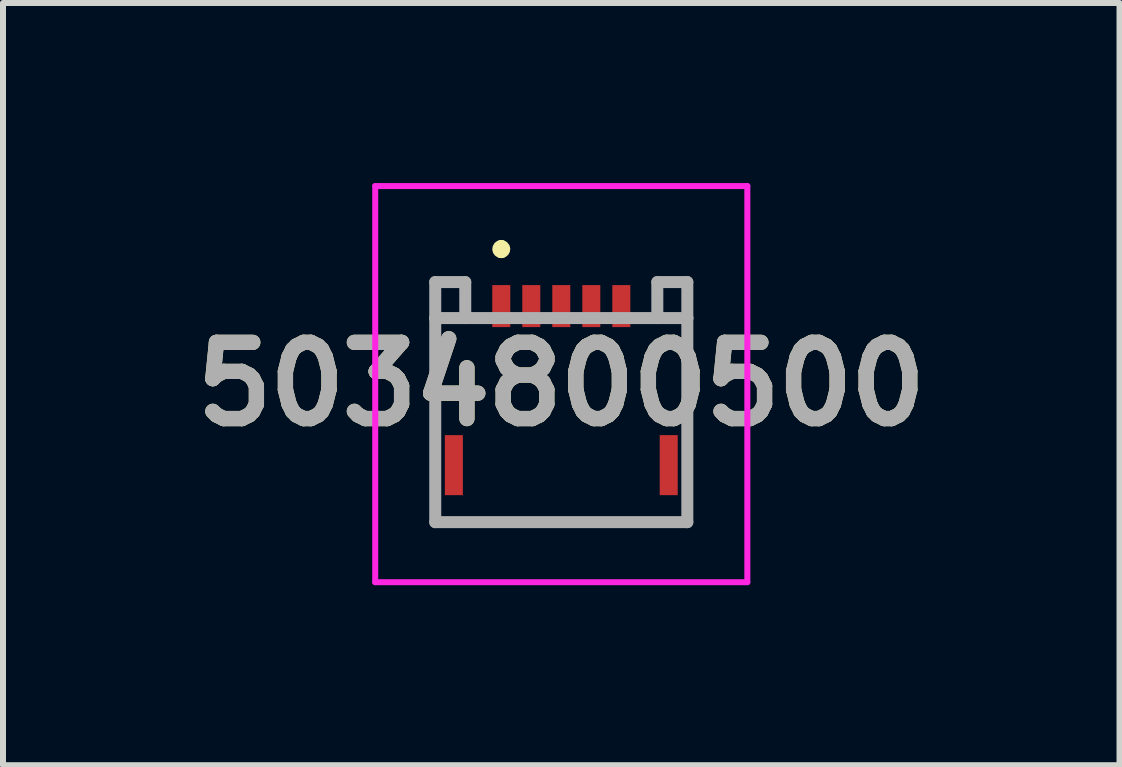
<source format=kicad_pcb>
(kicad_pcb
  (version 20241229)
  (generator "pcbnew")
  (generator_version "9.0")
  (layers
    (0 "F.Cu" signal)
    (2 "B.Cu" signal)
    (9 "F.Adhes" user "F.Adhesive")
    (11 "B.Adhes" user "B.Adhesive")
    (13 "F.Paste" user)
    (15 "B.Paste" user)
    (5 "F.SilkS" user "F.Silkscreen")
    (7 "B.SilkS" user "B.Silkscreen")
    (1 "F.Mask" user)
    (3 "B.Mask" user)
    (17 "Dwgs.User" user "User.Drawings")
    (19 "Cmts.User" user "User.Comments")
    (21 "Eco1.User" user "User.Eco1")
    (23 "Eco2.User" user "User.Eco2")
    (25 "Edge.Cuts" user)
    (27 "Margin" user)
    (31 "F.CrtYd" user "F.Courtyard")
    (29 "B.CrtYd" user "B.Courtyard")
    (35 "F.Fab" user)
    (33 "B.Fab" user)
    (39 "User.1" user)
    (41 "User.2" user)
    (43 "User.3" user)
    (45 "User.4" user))
  (footprint "5034800500"
    (layer "F.Cu")
    (at 6.302 3.65)
    (property "Reference" "5034800500" (at 0 -0.3 0) (layer "F.SilkS") (effects (font (size 1.27 1.27) (thickness 0.254))))
    (attr smd)
    (fp_line (start -2.1 -1.4) (end -2.1 2) (stroke (width 0.1) (type solid)) (layer "F.SilkS"))
    (fp_line (start -2.1 2) (end 2.1 2) (stroke (width 0.1) (type solid)) (layer "F.SilkS"))
    (fp_line (start -1 -2.6) (end -1 -2.6) (stroke (width 0.2) (type solid)) (layer "F.SilkS"))
    (fp_line (start -1 -2.5) (end -1 -2.5) (stroke (width 0.2) (type solid)) (layer "F.SilkS"))
    (fp_line (start 2.1 2) (end 2.1 -1.4) (stroke (width 0.1) (type solid)) (layer "F.SilkS"))
    (fp_arc (start -1 -2.6) (mid -0.95 -2.55) (end -1 -2.5) (stroke (width 0.2) (type solid)) (layer "F.SilkS"))
    (fp_arc (start -1 -2.5) (mid -1.05 -2.55) (end -1 -2.6) (stroke (width 0.2) (type solid)) (layer "F.SilkS"))
    (fp_line (start -3.1 -3.6) (end 3.1 -3.6) (stroke (width 0.1) (type solid)) (layer "F.CrtYd"))
    (fp_line (start -3.1 3) (end -3.1 -3.6) (stroke (width 0.1) (type solid)) (layer "F.CrtYd"))
    (fp_line (start 3.1 -3.6) (end 3.1 3) (stroke (width 0.1) (type solid)) (layer "F.CrtYd"))
    (fp_line (start 3.1 3) (end -3.1 3) (stroke (width 0.1) (type solid)) (layer "F.CrtYd"))
    (fp_line (start -2.1 -2) (end -1.6 -2) (stroke (width 0.2) (type solid)) (layer "F.Fab"))
    (fp_line (start -2.1 -1.4) (end -2.1 -2) (stroke (width 0.2) (type solid)) (layer "F.Fab"))
    (fp_line (start -2.1 -1.4) (end 2.1 -1.4) (stroke (width 0.2) (type solid)) (layer "F.Fab"))
    (fp_line (start -2.1 2) (end -2.1 -1.4) (stroke (width 0.2) (type solid)) (layer "F.Fab"))
    (fp_line (start -1.6 -2) (end -1.6 -1.4) (stroke (width 0.2) (type solid)) (layer "F.Fab"))
    (fp_line (start 1.6 -2) (end 1.6 -1.4) (stroke (width 0.2) (type solid)) (layer "F.Fab"))
    (fp_line (start 2.1 -2) (end 1.6 -2) (stroke (width 0.2) (type solid)) (layer "F.Fab"))
    (fp_line (start 2.1 -1.4) (end 2.1 -2) (stroke (width 0.2) (type solid)) (layer "F.Fab"))
    (fp_line (start 2.1 -1.4) (end 2.1 2) (stroke (width 0.2) (type solid)) (layer "F.Fab"))
    (fp_line (start 2.1 2) (end -2.1 2) (stroke (width 0.2) (type solid)) (layer "F.Fab"))
    (fp_text user "${REFERENCE}" (at 0 -0.3 0) (layer "F.Fab") (effects (font (size 1.27 1.27) (thickness 0.254))))
    (pad "1" smd rect (at -1 -1.6) (size 0.3 0.7) (layers "F.Cu" "F.Mask" "F.Paste"))
    (pad "2" smd rect (at -0.5 -1.6) (size 0.3 0.7) (layers "F.Cu" "F.Mask" "F.Paste"))
    (pad "3" smd rect (at 0 -1.6) (size 0.3 0.7) (layers "F.Cu" "F.Mask" "F.Paste"))
    (pad "4" smd rect (at 0.5 -1.6) (size 0.3 0.7) (layers "F.Cu" "F.Mask" "F.Paste"))
    (pad "5" smd rect (at 1 -1.6) (size 0.3 0.7) (layers "F.Cu" "F.Mask" "F.Paste"))
    (pad "MP1" smd rect (at -1.79 1.05) (size 0.3 1) (layers "F.Cu" "F.Mask" "F.Paste"))
    (pad "MP2" smd rect (at 1.79 1.05) (size 0.3 1) (layers "F.Cu" "F.Mask" "F.Paste")))
  (gr_rect
    (start -3 -3)
    (end 15.603 9.7)
    (stroke (width 0.1) (type default))
    (fill no)
    (layer "Edge.Cuts")))
</source>
